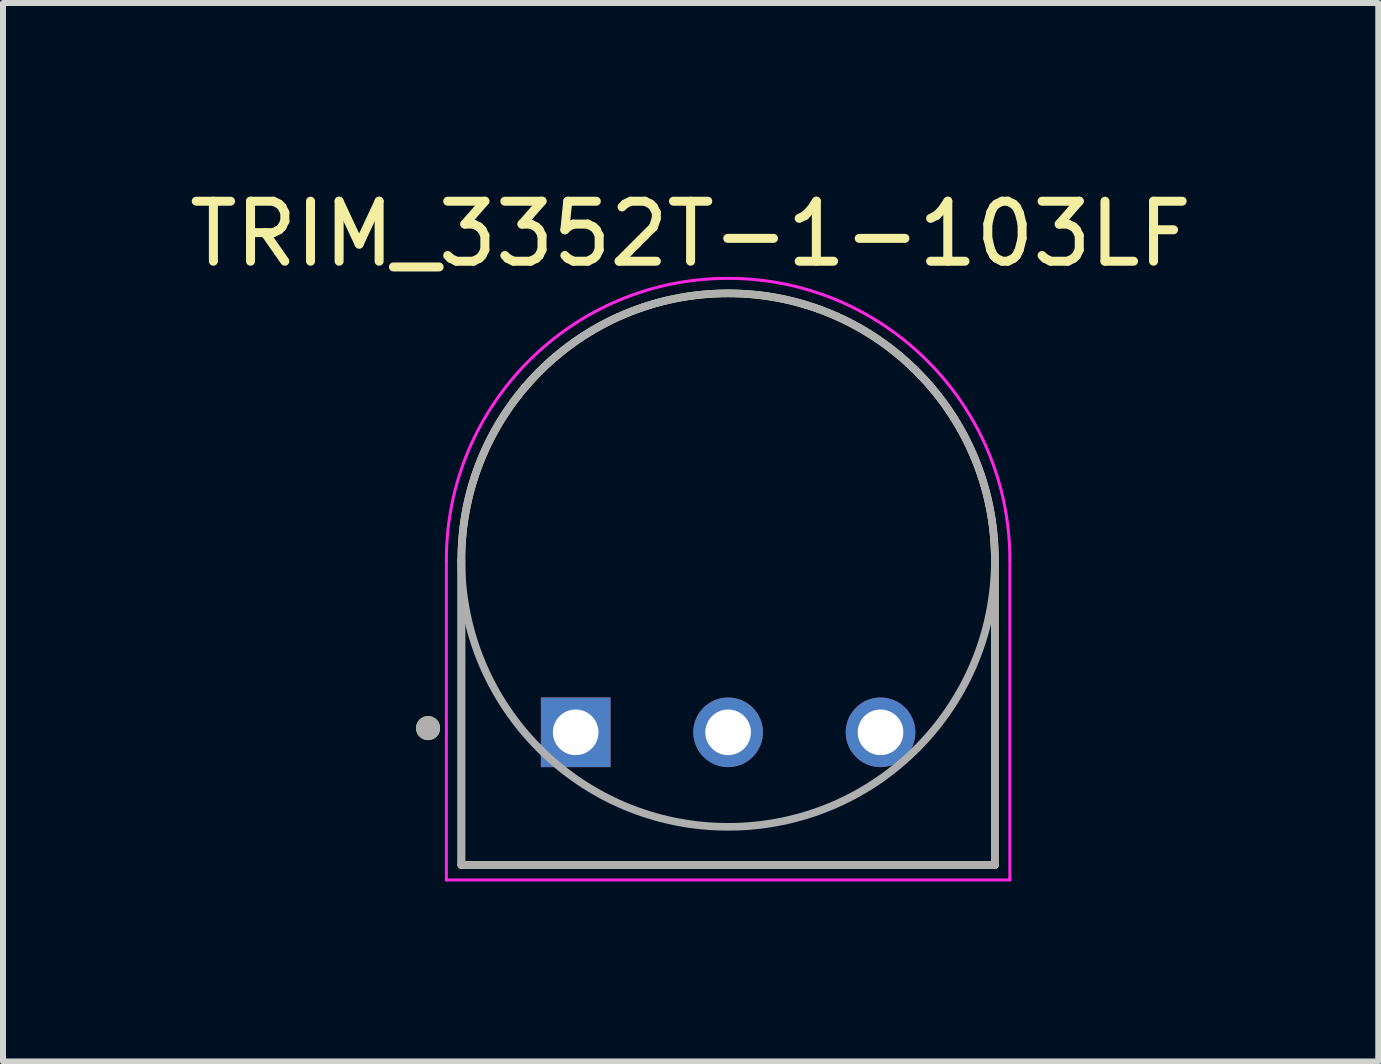
<source format=kicad_pcb>
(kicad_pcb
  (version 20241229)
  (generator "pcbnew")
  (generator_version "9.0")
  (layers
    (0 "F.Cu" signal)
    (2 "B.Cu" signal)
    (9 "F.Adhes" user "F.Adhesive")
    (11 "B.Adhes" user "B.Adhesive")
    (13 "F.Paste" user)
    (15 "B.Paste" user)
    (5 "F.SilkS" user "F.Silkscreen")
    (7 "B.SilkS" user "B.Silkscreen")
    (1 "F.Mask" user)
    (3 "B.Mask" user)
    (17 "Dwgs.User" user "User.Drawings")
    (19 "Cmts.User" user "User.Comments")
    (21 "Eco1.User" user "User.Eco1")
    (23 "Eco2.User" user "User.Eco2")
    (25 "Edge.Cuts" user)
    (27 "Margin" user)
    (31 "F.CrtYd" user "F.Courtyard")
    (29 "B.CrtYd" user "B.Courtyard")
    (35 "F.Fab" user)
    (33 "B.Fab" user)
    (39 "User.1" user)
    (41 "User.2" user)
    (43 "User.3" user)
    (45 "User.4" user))
  (footprint "TRIM_3352T-1-103LF"
    (layer "F.Cu")
    (at 9.083 6.283)
    (property "Reference" "TRIM_3352T-1-103LF" (at -0.625 -5.435 0) (layer "F.SilkS") (effects (font (size 1 1) (thickness 0.15))))
    (attr through_hole)
    (fp_line (start -4.445 0) (end -4.445 5.08) (stroke (width 0.127) (type solid)) (layer "F.SilkS"))
    (fp_line (start -4.445 5.08) (end 4.445 5.08) (stroke (width 0.127) (type solid)) (layer "F.SilkS"))
    (fp_line (start 4.445 0) (end 4.445 5.08) (stroke (width 0.127) (type solid)) (layer "F.SilkS"))
    (fp_arc (start -4.445 0) (mid 0 -4.445) (end 4.445 0) (stroke (width 0.127) (type solid)) (layer "F.SilkS"))
    (fp_circle (center -5 2.8) (end -4.9 2.8) (stroke (width 0.2) (type solid)) (fill no) (layer "F.SilkS"))
    (fp_line (start -4.695 0) (end -4.695 5.33) (stroke (width 0.05) (type solid)) (layer "F.CrtYd"))
    (fp_line (start -4.695 5.33) (end 4.695 5.33) (stroke (width 0.05) (type solid)) (layer "F.CrtYd"))
    (fp_line (start 4.695 5.33) (end 4.695 0) (stroke (width 0.05) (type solid)) (layer "F.CrtYd"))
    (fp_arc (start -4.695 0) (mid 0 -4.695) (end 4.695 0) (stroke (width 0.05) (type solid)) (layer "F.CrtYd"))
    (fp_line (start -4.445 0) (end -4.445 5.08) (stroke (width 0.127) (type solid)) (layer "F.Fab"))
    (fp_line (start -4.445 5.08) (end 4.445 5.08) (stroke (width 0.127) (type solid)) (layer "F.Fab"))
    (fp_line (start 4.445 5.08) (end 4.445 0) (stroke (width 0.127) (type solid)) (layer "F.Fab"))
    (fp_circle (center -5 2.8) (end -4.9 2.8) (stroke (width 0.2) (type solid)) (fill no) (layer "F.Fab"))
    (fp_circle (center 0 0) (end 4.445 0) (stroke (width 0.127) (type solid)) (fill no) (layer "F.Fab"))
    (pad "1" thru_hole rect (at -2.54 2.87) (size 1.16 1.16) (drill 0.76) (layers "*.Cu" "*.Mask"))
    (pad "2" thru_hole circle (at 0 2.87) (size 1.16 1.16) (drill 0.76) (layers "*.Cu" "*.Mask"))
    (pad "3" thru_hole circle (at 2.54 2.87) (size 1.16 1.16) (drill 0.76) (layers "*.Cu" "*.Mask")))
  (gr_rect
    (start -3 -3)
    (end 19.917 14.638)
    (stroke (width 0.1) (type default))
    (fill no)
    (layer "Edge.Cuts")))
</source>
